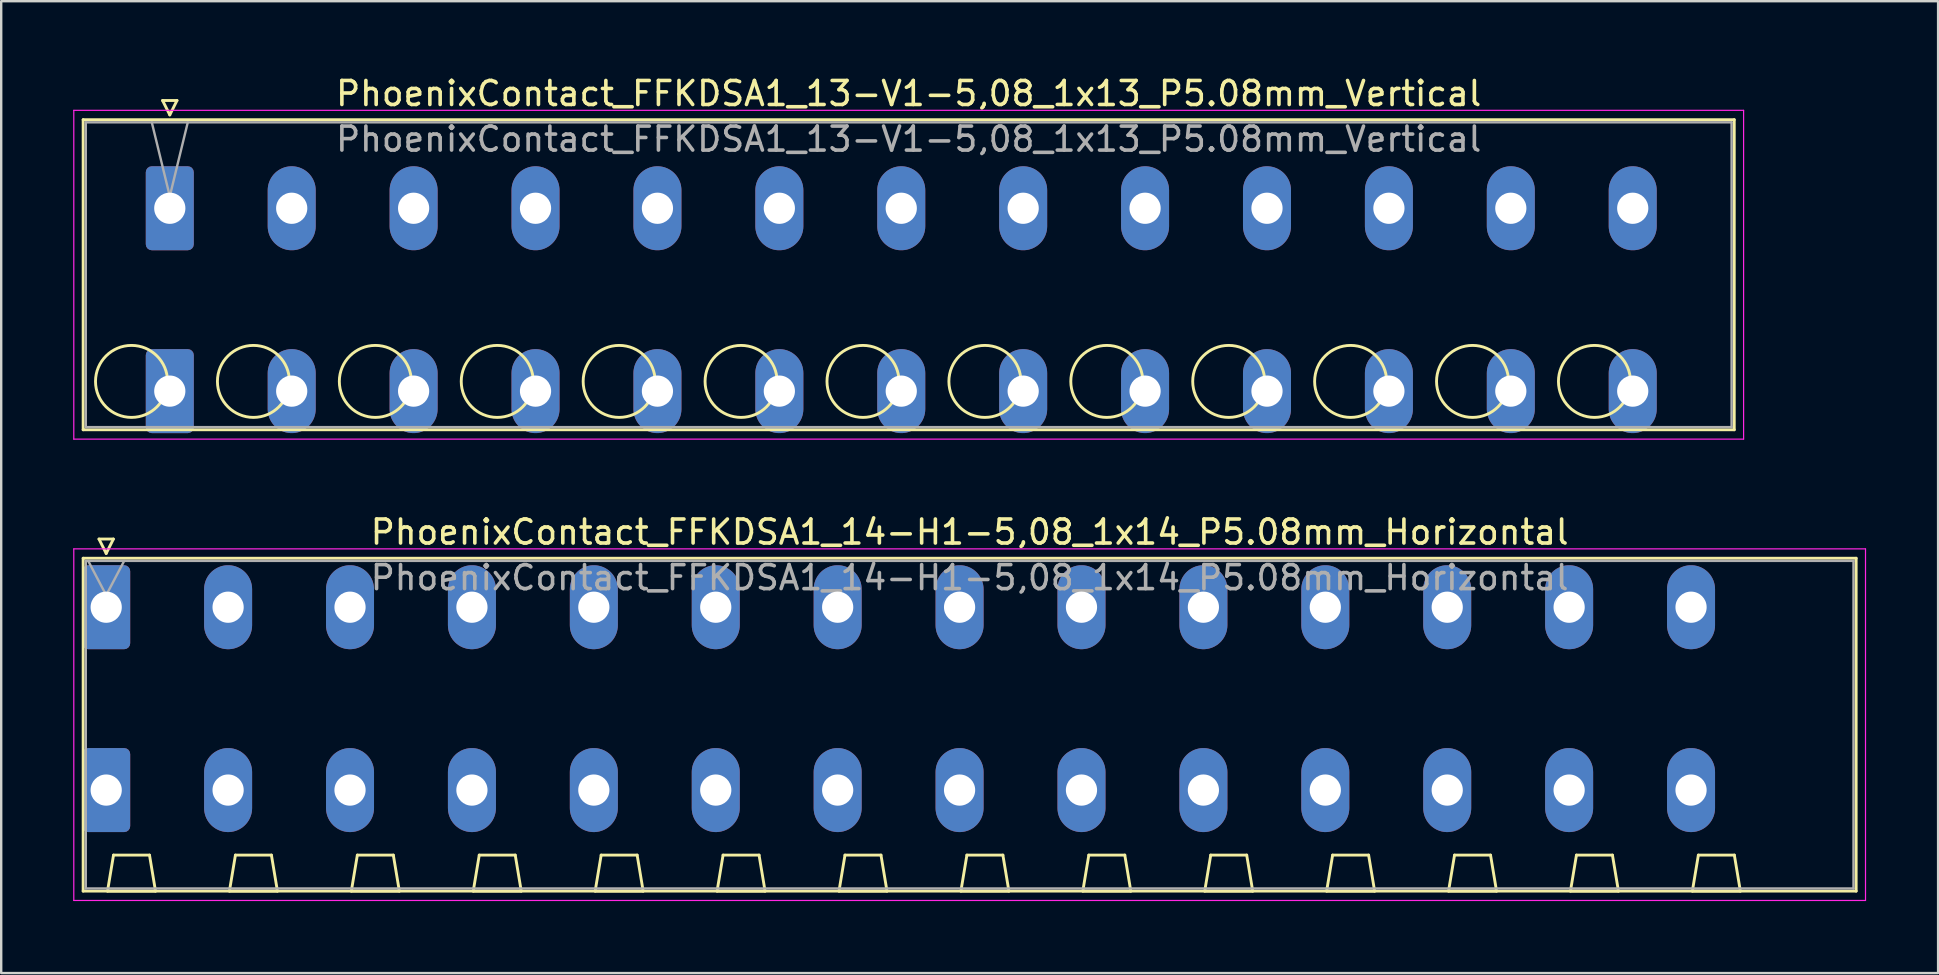
<source format=kicad_pcb>
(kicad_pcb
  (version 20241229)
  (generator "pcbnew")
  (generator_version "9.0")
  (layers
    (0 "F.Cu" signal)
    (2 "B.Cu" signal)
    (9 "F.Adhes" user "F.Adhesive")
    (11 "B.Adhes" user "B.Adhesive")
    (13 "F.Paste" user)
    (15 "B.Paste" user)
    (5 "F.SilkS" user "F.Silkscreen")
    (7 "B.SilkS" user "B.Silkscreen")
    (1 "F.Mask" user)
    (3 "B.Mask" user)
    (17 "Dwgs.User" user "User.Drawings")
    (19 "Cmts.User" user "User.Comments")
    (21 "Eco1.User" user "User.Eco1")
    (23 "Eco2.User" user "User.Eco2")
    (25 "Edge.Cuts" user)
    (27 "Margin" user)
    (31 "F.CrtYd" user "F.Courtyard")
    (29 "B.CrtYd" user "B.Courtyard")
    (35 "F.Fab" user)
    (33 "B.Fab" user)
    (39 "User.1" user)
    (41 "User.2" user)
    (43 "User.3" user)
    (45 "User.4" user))
  (footprint "PhoenixContact_FFKDSA1_14-H1-5,08_1x14_P5.08mm_Horizontal"
    (layer "F.Cu")
    (at 1.375 22.252)
    (property "Reference" "PhoenixContact_FFKDSA1_14-H1-5,08_1x14_P5.08mm_Horizontal" (at 35.98 -3.13 0) (layer "F.SilkS") (effects (font (size 1 1) (thickness 0.15))))
    (attr through_hole)
    (fp_line (start -0.96 -2.04) (end -0.96 11.83) (stroke (width 0.12) (type solid)) (layer "F.SilkS"))
    (fp_line (start -0.96 11.83) (end 72.92 11.83) (stroke (width 0.12) (type solid)) (layer "F.SilkS"))
    (fp_line (start -0.3 -2.84) (end 0.3 -2.84) (stroke (width 0.12) (type solid)) (layer "F.SilkS"))
    (fp_line (start 0 -2.24) (end -0.3 -2.84) (stroke (width 0.12) (type solid)) (layer "F.SilkS"))
    (fp_line (start 0.055 11.83) (end 2.055 11.83) (stroke (width 0.12) (type solid)) (layer "F.SilkS"))
    (fp_line (start 0.3 -2.84) (end 0 -2.24) (stroke (width 0.12) (type solid)) (layer "F.SilkS"))
    (fp_line (start 0.305 10.33) (end 0.055 11.83) (stroke (width 0.12) (type solid)) (layer "F.SilkS"))
    (fp_line (start 1.805 10.33) (end 0.305 10.33) (stroke (width 0.12) (type solid)) (layer "F.SilkS"))
    (fp_line (start 2.055 11.83) (end 1.805 10.33) (stroke (width 0.12) (type solid)) (layer "F.SilkS"))
    (fp_line (start 5.135 11.83) (end 7.135 11.83) (stroke (width 0.12) (type solid)) (layer "F.SilkS"))
    (fp_line (start 5.385 10.33) (end 5.135 11.83) (stroke (width 0.12) (type solid)) (layer "F.SilkS"))
    (fp_line (start 6.885 10.33) (end 5.385 10.33) (stroke (width 0.12) (type solid)) (layer "F.SilkS"))
    (fp_line (start 7.135 11.83) (end 6.885 10.33) (stroke (width 0.12) (type solid)) (layer "F.SilkS"))
    (fp_line (start 10.215 11.83) (end 12.215 11.83) (stroke (width 0.12) (type solid)) (layer "F.SilkS"))
    (fp_line (start 10.465 10.33) (end 10.215 11.83) (stroke (width 0.12) (type solid)) (layer "F.SilkS"))
    (fp_line (start 11.965 10.33) (end 10.465 10.33) (stroke (width 0.12) (type solid)) (layer "F.SilkS"))
    (fp_line (start 12.215 11.83) (end 11.965 10.33) (stroke (width 0.12) (type solid)) (layer "F.SilkS"))
    (fp_line (start 15.295 11.83) (end 17.295 11.83) (stroke (width 0.12) (type solid)) (layer "F.SilkS"))
    (fp_line (start 15.545 10.33) (end 15.295 11.83) (stroke (width 0.12) (type solid)) (layer "F.SilkS"))
    (fp_line (start 17.045 10.33) (end 15.545 10.33) (stroke (width 0.12) (type solid)) (layer "F.SilkS"))
    (fp_line (start 17.295 11.83) (end 17.045 10.33) (stroke (width 0.12) (type solid)) (layer "F.SilkS"))
    (fp_line (start 20.375 11.83) (end 22.375 11.83) (stroke (width 0.12) (type solid)) (layer "F.SilkS"))
    (fp_line (start 20.625 10.33) (end 20.375 11.83) (stroke (width 0.12) (type solid)) (layer "F.SilkS"))
    (fp_line (start 22.125 10.33) (end 20.625 10.33) (stroke (width 0.12) (type solid)) (layer "F.SilkS"))
    (fp_line (start 22.375 11.83) (end 22.125 10.33) (stroke (width 0.12) (type solid)) (layer "F.SilkS"))
    (fp_line (start 25.455 11.83) (end 27.455 11.83) (stroke (width 0.12) (type solid)) (layer "F.SilkS"))
    (fp_line (start 25.705 10.33) (end 25.455 11.83) (stroke (width 0.12) (type solid)) (layer "F.SilkS"))
    (fp_line (start 27.205 10.33) (end 25.705 10.33) (stroke (width 0.12) (type solid)) (layer "F.SilkS"))
    (fp_line (start 27.455 11.83) (end 27.205 10.33) (stroke (width 0.12) (type solid)) (layer "F.SilkS"))
    (fp_line (start 30.535 11.83) (end 32.535 11.83) (stroke (width 0.12) (type solid)) (layer "F.SilkS"))
    (fp_line (start 30.785 10.33) (end 30.535 11.83) (stroke (width 0.12) (type solid)) (layer "F.SilkS"))
    (fp_line (start 32.285 10.33) (end 30.785 10.33) (stroke (width 0.12) (type solid)) (layer "F.SilkS"))
    (fp_line (start 32.535 11.83) (end 32.285 10.33) (stroke (width 0.12) (type solid)) (layer "F.SilkS"))
    (fp_line (start 35.615 11.83) (end 37.615 11.83) (stroke (width 0.12) (type solid)) (layer "F.SilkS"))
    (fp_line (start 35.865 10.33) (end 35.615 11.83) (stroke (width 0.12) (type solid)) (layer "F.SilkS"))
    (fp_line (start 37.365 10.33) (end 35.865 10.33) (stroke (width 0.12) (type solid)) (layer "F.SilkS"))
    (fp_line (start 37.615 11.83) (end 37.365 10.33) (stroke (width 0.12) (type solid)) (layer "F.SilkS"))
    (fp_line (start 40.695 11.83) (end 42.695 11.83) (stroke (width 0.12) (type solid)) (layer "F.SilkS"))
    (fp_line (start 40.945 10.33) (end 40.695 11.83) (stroke (width 0.12) (type solid)) (layer "F.SilkS"))
    (fp_line (start 42.445 10.33) (end 40.945 10.33) (stroke (width 0.12) (type solid)) (layer "F.SilkS"))
    (fp_line (start 42.695 11.83) (end 42.445 10.33) (stroke (width 0.12) (type solid)) (layer "F.SilkS"))
    (fp_line (start 45.775 11.83) (end 47.775 11.83) (stroke (width 0.12) (type solid)) (layer "F.SilkS"))
    (fp_line (start 46.025 10.33) (end 45.775 11.83) (stroke (width 0.12) (type solid)) (layer "F.SilkS"))
    (fp_line (start 47.525 10.33) (end 46.025 10.33) (stroke (width 0.12) (type solid)) (layer "F.SilkS"))
    (fp_line (start 47.775 11.83) (end 47.525 10.33) (stroke (width 0.12) (type solid)) (layer "F.SilkS"))
    (fp_line (start 50.855 11.83) (end 52.855 11.83) (stroke (width 0.12) (type solid)) (layer "F.SilkS"))
    (fp_line (start 51.105 10.33) (end 50.855 11.83) (stroke (width 0.12) (type solid)) (layer "F.SilkS"))
    (fp_line (start 52.605 10.33) (end 51.105 10.33) (stroke (width 0.12) (type solid)) (layer "F.SilkS"))
    (fp_line (start 52.855 11.83) (end 52.605 10.33) (stroke (width 0.12) (type solid)) (layer "F.SilkS"))
    (fp_line (start 55.935 11.83) (end 57.935 11.83) (stroke (width 0.12) (type solid)) (layer "F.SilkS"))
    (fp_line (start 56.185 10.33) (end 55.935 11.83) (stroke (width 0.12) (type solid)) (layer "F.SilkS"))
    (fp_line (start 57.685 10.33) (end 56.185 10.33) (stroke (width 0.12) (type solid)) (layer "F.SilkS"))
    (fp_line (start 57.935 11.83) (end 57.685 10.33) (stroke (width 0.12) (type solid)) (layer "F.SilkS"))
    (fp_line (start 61.015 11.83) (end 63.015 11.83) (stroke (width 0.12) (type solid)) (layer "F.SilkS"))
    (fp_line (start 61.265 10.33) (end 61.015 11.83) (stroke (width 0.12) (type solid)) (layer "F.SilkS"))
    (fp_line (start 62.765 10.33) (end 61.265 10.33) (stroke (width 0.12) (type solid)) (layer "F.SilkS"))
    (fp_line (start 63.015 11.83) (end 62.765 10.33) (stroke (width 0.12) (type solid)) (layer "F.SilkS"))
    (fp_line (start 66.095 11.83) (end 68.095 11.83) (stroke (width 0.12) (type solid)) (layer "F.SilkS"))
    (fp_line (start 66.345 10.33) (end 66.095 11.83) (stroke (width 0.12) (type solid)) (layer "F.SilkS"))
    (fp_line (start 67.845 10.33) (end 66.345 10.33) (stroke (width 0.12) (type solid)) (layer "F.SilkS"))
    (fp_line (start 68.095 11.83) (end 67.845 10.33) (stroke (width 0.12) (type solid)) (layer "F.SilkS"))
    (fp_line (start 72.92 -2.04) (end -0.96 -2.04) (stroke (width 0.12) (type solid)) (layer "F.SilkS"))
    (fp_line (start 72.92 11.83) (end 72.92 -2.04) (stroke (width 0.12) (type solid)) (layer "F.SilkS"))
    (fp_line (start -1.35 -2.43) (end -1.35 12.22) (stroke (width 0.05) (type solid)) (layer "F.CrtYd"))
    (fp_line (start -1.35 12.22) (end 73.31 12.22) (stroke (width 0.05) (type solid)) (layer "F.CrtYd"))
    (fp_line (start 73.31 -2.43) (end -1.35 -2.43) (stroke (width 0.05) (type solid)) (layer "F.CrtYd"))
    (fp_line (start 73.31 12.22) (end 73.31 -2.43) (stroke (width 0.05) (type solid)) (layer "F.CrtYd"))
    (fp_line (start -0.85 -1.93) (end -0.85 11.72) (stroke (width 0.1) (type solid)) (layer "F.Fab"))
    (fp_line (start -0.85 11.72) (end 72.81 11.72) (stroke (width 0.1) (type solid)) (layer "F.Fab"))
    (fp_line (start 0 -0.5) (end -0.75 -1.93) (stroke (width 0.1) (type solid)) (layer "F.Fab"))
    (fp_line (start 0.75 -1.93) (end 0 -0.5) (stroke (width 0.1) (type solid)) (layer "F.Fab"))
    (fp_line (start 72.81 -1.93) (end -0.85 -1.93) (stroke (width 0.1) (type solid)) (layer "F.Fab"))
    (fp_line (start 72.81 11.72) (end 72.81 -1.93) (stroke (width 0.1) (type solid)) (layer "F.Fab"))
    (fp_text user "${REFERENCE}" (at 35.98 -1.23 0) (layer "F.Fab") (effects (font (size 1 1) (thickness 0.15))))
    (pad "1" thru_hole roundrect (at 0 0) (size 2 3.5) (drill 1.3) (layers "*.Cu" "*.Mask") (roundrect_rratio 0.125))
    (pad "1" thru_hole roundrect (at 0 7.62) (size 2 3.5) (drill 1.3) (layers "*.Cu" "*.Mask") (roundrect_rratio 0.125))
    (pad "2" thru_hole oval (at 5.08 0) (size 2 3.5) (drill 1.3) (layers "*.Cu" "*.Mask"))
    (pad "2" thru_hole oval (at 5.08 7.62) (size 2 3.5) (drill 1.3) (layers "*.Cu" "*.Mask"))
    (pad "3" thru_hole oval (at 10.16 0) (size 2 3.5) (drill 1.3) (layers "*.Cu" "*.Mask"))
    (pad "3" thru_hole oval (at 10.16 7.62) (size 2 3.5) (drill 1.3) (layers "*.Cu" "*.Mask"))
    (pad "4" thru_hole oval (at 15.24 0) (size 2 3.5) (drill 1.3) (layers "*.Cu" "*.Mask"))
    (pad "4" thru_hole oval (at 15.24 7.62) (size 2 3.5) (drill 1.3) (layers "*.Cu" "*.Mask"))
    (pad "5" thru_hole oval (at 20.32 0) (size 2 3.5) (drill 1.3) (layers "*.Cu" "*.Mask"))
    (pad "5" thru_hole oval (at 20.32 7.62) (size 2 3.5) (drill 1.3) (layers "*.Cu" "*.Mask"))
    (pad "6" thru_hole oval (at 25.4 0) (size 2 3.5) (drill 1.3) (layers "*.Cu" "*.Mask"))
    (pad "6" thru_hole oval (at 25.4 7.62) (size 2 3.5) (drill 1.3) (layers "*.Cu" "*.Mask"))
    (pad "7" thru_hole oval (at 30.48 0) (size 2 3.5) (drill 1.3) (layers "*.Cu" "*.Mask"))
    (pad "7" thru_hole oval (at 30.48 7.62) (size 2 3.5) (drill 1.3) (layers "*.Cu" "*.Mask"))
    (pad "8" thru_hole oval (at 35.56 0) (size 2 3.5) (drill 1.3) (layers "*.Cu" "*.Mask"))
    (pad "8" thru_hole oval (at 35.56 7.62) (size 2 3.5) (drill 1.3) (layers "*.Cu" "*.Mask"))
    (pad "9" thru_hole oval (at 40.64 0) (size 2 3.5) (drill 1.3) (layers "*.Cu" "*.Mask"))
    (pad "9" thru_hole oval (at 40.64 7.62) (size 2 3.5) (drill 1.3) (layers "*.Cu" "*.Mask"))
    (pad "10" thru_hole oval (at 45.72 0) (size 2 3.5) (drill 1.3) (layers "*.Cu" "*.Mask"))
    (pad "10" thru_hole oval (at 45.72 7.62) (size 2 3.5) (drill 1.3) (layers "*.Cu" "*.Mask"))
    (pad "11" thru_hole oval (at 50.8 0) (size 2 3.5) (drill 1.3) (layers "*.Cu" "*.Mask"))
    (pad "11" thru_hole oval (at 50.8 7.62) (size 2 3.5) (drill 1.3) (layers "*.Cu" "*.Mask"))
    (pad "12" thru_hole oval (at 55.88 0) (size 2 3.5) (drill 1.3) (layers "*.Cu" "*.Mask"))
    (pad "12" thru_hole oval (at 55.88 7.62) (size 2 3.5) (drill 1.3) (layers "*.Cu" "*.Mask"))
    (pad "13" thru_hole oval (at 60.96 0) (size 2 3.5) (drill 1.3) (layers "*.Cu" "*.Mask"))
    (pad "13" thru_hole oval (at 60.96 7.62) (size 2 3.5) (drill 1.3) (layers "*.Cu" "*.Mask"))
    (pad "14" thru_hole oval (at 66.04 0) (size 2 3.5) (drill 1.3) (layers "*.Cu" "*.Mask"))
    (pad "14" thru_hole oval (at 66.04 7.62) (size 2 3.5) (drill 1.3) (layers "*.Cu" "*.Mask")))
  (footprint "PhoenixContact_FFKDSA1_13-V1-5,08_1x13_P5.08mm_Vertical"
    (layer "F.Cu")
    (at 4.025 5.628)
    (property "Reference" "PhoenixContact_FFKDSA1_13-V1-5,08_1x13_P5.08mm_Vertical" (at 30.79 -4.78 0) (layer "F.SilkS") (effects (font (size 1 1) (thickness 0.15))))
    (attr through_hole)
    (fp_line (start -3.61 -3.69) (end -3.61 9.23) (stroke (width 0.12) (type solid)) (layer "F.SilkS"))
    (fp_line (start -3.61 9.23) (end 65.19 9.23) (stroke (width 0.12) (type solid)) (layer "F.SilkS"))
    (fp_line (start -0.3 -4.49) (end 0.3 -4.49) (stroke (width 0.12) (type solid)) (layer "F.SilkS"))
    (fp_line (start 0 -3.89) (end -0.3 -4.49) (stroke (width 0.12) (type solid)) (layer "F.SilkS"))
    (fp_line (start 0.3 -4.49) (end 0 -3.89) (stroke (width 0.12) (type solid)) (layer "F.SilkS"))
    (fp_line (start 65.19 -3.69) (end -3.61 -3.69) (stroke (width 0.12) (type solid)) (layer "F.SilkS"))
    (fp_line (start 65.19 9.23) (end 65.19 -3.69) (stroke (width 0.12) (type solid)) (layer "F.SilkS"))
    (fp_circle (center -1.595 7.215) (end -0.095 7.215) (stroke (width 0.12) (type solid)) (fill no) (layer "F.SilkS"))
    (fp_circle (center 3.485 7.215) (end 4.985 7.215) (stroke (width 0.12) (type solid)) (fill no) (layer "F.SilkS"))
    (fp_circle (center 8.565 7.215) (end 10.065 7.215) (stroke (width 0.12) (type solid)) (fill no) (layer "F.SilkS"))
    (fp_circle (center 13.645 7.215) (end 15.145 7.215) (stroke (width 0.12) (type solid)) (fill no) (layer "F.SilkS"))
    (fp_circle (center 18.725 7.215) (end 20.225 7.215) (stroke (width 0.12) (type solid)) (fill no) (layer "F.SilkS"))
    (fp_circle (center 23.805 7.215) (end 25.305 7.215) (stroke (width 0.12) (type solid)) (fill no) (layer "F.SilkS"))
    (fp_circle (center 28.885 7.215) (end 30.385 7.215) (stroke (width 0.12) (type solid)) (fill no) (layer "F.SilkS"))
    (fp_circle (center 33.965 7.215) (end 35.465 7.215) (stroke (width 0.12) (type solid)) (fill no) (layer "F.SilkS"))
    (fp_circle (center 39.045 7.215) (end 40.545 7.215) (stroke (width 0.12) (type solid)) (fill no) (layer "F.SilkS"))
    (fp_circle (center 44.125 7.215) (end 45.625 7.215) (stroke (width 0.12) (type solid)) (fill no) (layer "F.SilkS"))
    (fp_circle (center 49.205 7.215) (end 50.705 7.215) (stroke (width 0.12) (type solid)) (fill no) (layer "F.SilkS"))
    (fp_circle (center 54.285 7.215) (end 55.785 7.215) (stroke (width 0.12) (type solid)) (fill no) (layer "F.SilkS"))
    (fp_circle (center 59.365 7.215) (end 60.865 7.215) (stroke (width 0.12) (type solid)) (fill no) (layer "F.SilkS"))
    (fp_line (start -4 -4.08) (end -4 9.62) (stroke (width 0.05) (type solid)) (layer "F.CrtYd"))
    (fp_line (start -4 9.62) (end 65.58 9.62) (stroke (width 0.05) (type solid)) (layer "F.CrtYd"))
    (fp_line (start 65.58 -4.08) (end -4 -4.08) (stroke (width 0.05) (type solid)) (layer "F.CrtYd"))
    (fp_line (start 65.58 9.62) (end 65.58 -4.08) (stroke (width 0.05) (type solid)) (layer "F.CrtYd"))
    (fp_line (start -3.5 -3.58) (end -3.5 9.12) (stroke (width 0.1) (type solid)) (layer "F.Fab"))
    (fp_line (start -3.5 9.12) (end 65.08 9.12) (stroke (width 0.1) (type solid)) (layer "F.Fab"))
    (fp_line (start 0 -0.5) (end -0.75 -3.58) (stroke (width 0.1) (type solid)) (layer "F.Fab"))
    (fp_line (start 0.75 -3.58) (end 0 -0.5) (stroke (width 0.1) (type solid)) (layer "F.Fab"))
    (fp_line (start 65.08 -3.58) (end -3.5 -3.58) (stroke (width 0.1) (type solid)) (layer "F.Fab"))
    (fp_line (start 65.08 9.12) (end 65.08 -3.58) (stroke (width 0.1) (type solid)) (layer "F.Fab"))
    (fp_text user "${REFERENCE}" (at 30.79 -2.88 0) (layer "F.Fab") (effects (font (size 1 1) (thickness 0.15))))
    (pad "1" thru_hole roundrect (at 0 0) (size 2 3.5) (drill 1.3) (layers "*.Cu" "*.Mask") (roundrect_rratio 0.125))
    (pad "1" thru_hole roundrect (at 0 7.62) (size 2 3.5) (drill 1.3) (layers "*.Cu" "*.Mask") (roundrect_rratio 0.125))
    (pad "2" thru_hole oval (at 5.08 0) (size 2 3.5) (drill 1.3) (layers "*.Cu" "*.Mask"))
    (pad "2" thru_hole oval (at 5.08 7.62) (size 2 3.5) (drill 1.3) (layers "*.Cu" "*.Mask"))
    (pad "3" thru_hole oval (at 10.16 0) (size 2 3.5) (drill 1.3) (layers "*.Cu" "*.Mask"))
    (pad "3" thru_hole oval (at 10.16 7.62) (size 2 3.5) (drill 1.3) (layers "*.Cu" "*.Mask"))
    (pad "4" thru_hole oval (at 15.24 0) (size 2 3.5) (drill 1.3) (layers "*.Cu" "*.Mask"))
    (pad "4" thru_hole oval (at 15.24 7.62) (size 2 3.5) (drill 1.3) (layers "*.Cu" "*.Mask"))
    (pad "5" thru_hole oval (at 20.32 0) (size 2 3.5) (drill 1.3) (layers "*.Cu" "*.Mask"))
    (pad "5" thru_hole oval (at 20.32 7.62) (size 2 3.5) (drill 1.3) (layers "*.Cu" "*.Mask"))
    (pad "6" thru_hole oval (at 25.4 0) (size 2 3.5) (drill 1.3) (layers "*.Cu" "*.Mask"))
    (pad "6" thru_hole oval (at 25.4 7.62) (size 2 3.5) (drill 1.3) (layers "*.Cu" "*.Mask"))
    (pad "7" thru_hole oval (at 30.48 0) (size 2 3.5) (drill 1.3) (layers "*.Cu" "*.Mask"))
    (pad "7" thru_hole oval (at 30.48 7.62) (size 2 3.5) (drill 1.3) (layers "*.Cu" "*.Mask"))
    (pad "8" thru_hole oval (at 35.56 0) (size 2 3.5) (drill 1.3) (layers "*.Cu" "*.Mask"))
    (pad "8" thru_hole oval (at 35.56 7.62) (size 2 3.5) (drill 1.3) (layers "*.Cu" "*.Mask"))
    (pad "9" thru_hole oval (at 40.64 0) (size 2 3.5) (drill 1.3) (layers "*.Cu" "*.Mask"))
    (pad "9" thru_hole oval (at 40.64 7.62) (size 2 3.5) (drill 1.3) (layers "*.Cu" "*.Mask"))
    (pad "10" thru_hole oval (at 45.72 0) (size 2 3.5) (drill 1.3) (layers "*.Cu" "*.Mask"))
    (pad "10" thru_hole oval (at 45.72 7.62) (size 2 3.5) (drill 1.3) (layers "*.Cu" "*.Mask"))
    (pad "11" thru_hole oval (at 50.8 0) (size 2 3.5) (drill 1.3) (layers "*.Cu" "*.Mask"))
    (pad "11" thru_hole oval (at 50.8 7.62) (size 2 3.5) (drill 1.3) (layers "*.Cu" "*.Mask"))
    (pad "12" thru_hole oval (at 55.88 0) (size 2 3.5) (drill 1.3) (layers "*.Cu" "*.Mask"))
    (pad "12" thru_hole oval (at 55.88 7.62) (size 2 3.5) (drill 1.3) (layers "*.Cu" "*.Mask"))
    (pad "13" thru_hole oval (at 60.96 0) (size 2 3.5) (drill 1.3) (layers "*.Cu" "*.Mask"))
    (pad "13" thru_hole oval (at 60.96 7.62) (size 2 3.5) (drill 1.3) (layers "*.Cu" "*.Mask")))
  (gr_rect
    (start -3 -3)
    (end 77.71 37.496)
    (stroke (width 0.1) (type default))
    (fill no)
    (layer "Edge.Cuts")))
</source>
